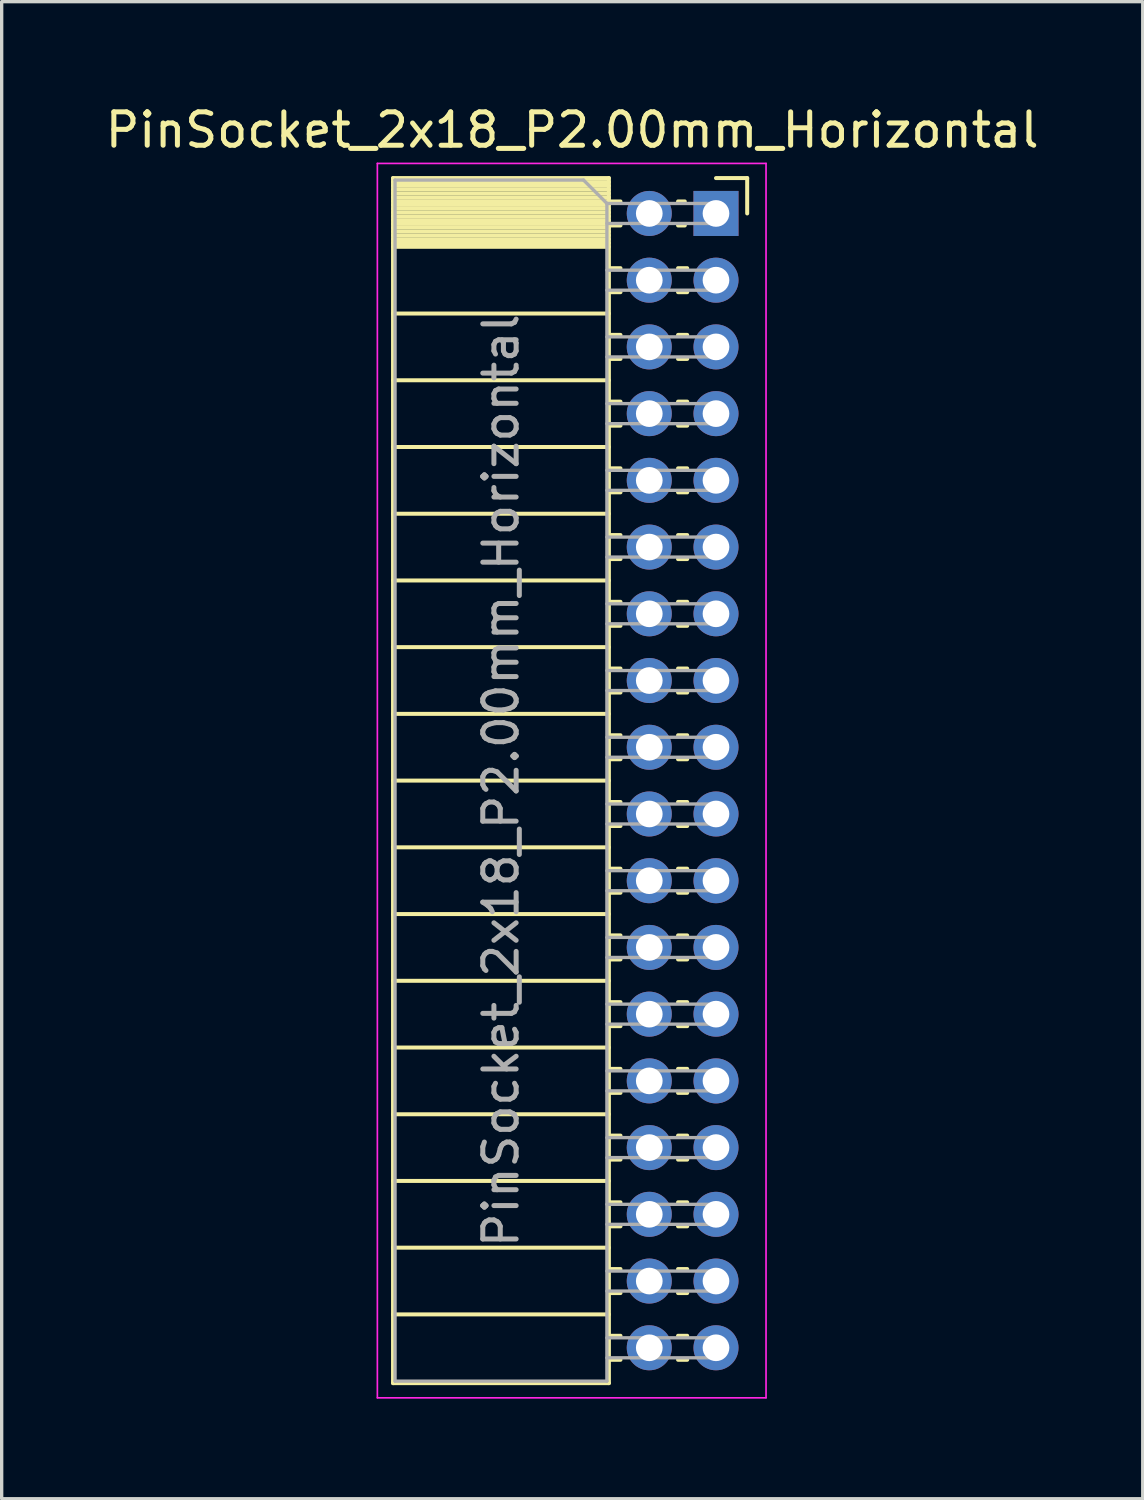
<source format=kicad_pcb>
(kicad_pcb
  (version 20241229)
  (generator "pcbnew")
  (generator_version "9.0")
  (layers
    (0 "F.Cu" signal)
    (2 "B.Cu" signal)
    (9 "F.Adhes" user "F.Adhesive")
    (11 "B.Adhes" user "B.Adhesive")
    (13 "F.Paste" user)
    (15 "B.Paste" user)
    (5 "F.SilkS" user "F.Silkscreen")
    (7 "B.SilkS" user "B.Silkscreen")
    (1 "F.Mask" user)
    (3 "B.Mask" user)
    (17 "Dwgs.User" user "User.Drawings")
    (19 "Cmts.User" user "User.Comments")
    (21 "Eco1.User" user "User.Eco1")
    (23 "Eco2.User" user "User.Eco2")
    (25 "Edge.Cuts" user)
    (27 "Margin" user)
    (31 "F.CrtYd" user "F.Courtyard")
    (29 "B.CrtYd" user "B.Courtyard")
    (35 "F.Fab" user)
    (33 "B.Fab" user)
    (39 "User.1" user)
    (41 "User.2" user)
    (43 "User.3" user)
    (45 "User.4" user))
  (footprint "PinSocket_2x18_P2.00mm_Horizontal"
    (layer "F.Cu")
    (at 18.411 3.348)
    (property "Reference" "PinSocket_2x18_P2.00mm_Horizontal" (at -4.31 -2.5 0) (layer "F.SilkS") (effects (font (size 1 1) (thickness 0.15))))
    (attr through_hole)
    (fp_line (start -9.68 -1.06) (end -9.68 35.06) (stroke (width 0.12) (type solid)) (layer "F.SilkS"))
    (fp_line (start -9.68 -1.06) (end -3.21 -1.06) (stroke (width 0.12) (type solid)) (layer "F.SilkS"))
    (fp_line (start -9.68 -0.94) (end -3.21 -0.94) (stroke (width 0.12) (type solid)) (layer "F.SilkS"))
    (fp_line (start -9.68 -0.826) (end -3.21 -0.826) (stroke (width 0.12) (type solid)) (layer "F.SilkS"))
    (fp_line (start -9.68 -0.712) (end -3.21 -0.712) (stroke (width 0.12) (type solid)) (layer "F.SilkS"))
    (fp_line (start -9.68 -0.598) (end -3.21 -0.598) (stroke (width 0.12) (type solid)) (layer "F.SilkS"))
    (fp_line (start -9.68 -0.484) (end -3.21 -0.484) (stroke (width 0.12) (type solid)) (layer "F.SilkS"))
    (fp_line (start -9.68 -0.369) (end -3.21 -0.369) (stroke (width 0.12) (type solid)) (layer "F.SilkS"))
    (fp_line (start -9.68 -0.255) (end -3.21 -0.255) (stroke (width 0.12) (type solid)) (layer "F.SilkS"))
    (fp_line (start -9.68 -0.141) (end -3.21 -0.141) (stroke (width 0.12) (type solid)) (layer "F.SilkS"))
    (fp_line (start -9.68 -0.027) (end -3.21 -0.027) (stroke (width 0.12) (type solid)) (layer "F.SilkS"))
    (fp_line (start -9.68 0.087) (end -3.21 0.087) (stroke (width 0.12) (type solid)) (layer "F.SilkS"))
    (fp_line (start -9.68 0.201) (end -3.21 0.201) (stroke (width 0.12) (type solid)) (layer "F.SilkS"))
    (fp_line (start -9.68 0.315) (end -3.21 0.315) (stroke (width 0.12) (type solid)) (layer "F.SilkS"))
    (fp_line (start -9.68 0.429) (end -3.21 0.429) (stroke (width 0.12) (type solid)) (layer "F.SilkS"))
    (fp_line (start -9.68 0.544) (end -3.21 0.544) (stroke (width 0.12) (type solid)) (layer "F.SilkS"))
    (fp_line (start -9.68 0.658) (end -3.21 0.658) (stroke (width 0.12) (type solid)) (layer "F.SilkS"))
    (fp_line (start -9.68 0.772) (end -3.21 0.772) (stroke (width 0.12) (type solid)) (layer "F.SilkS"))
    (fp_line (start -9.68 0.886) (end -3.21 0.886) (stroke (width 0.12) (type solid)) (layer "F.SilkS"))
    (fp_line (start -9.68 1) (end -3.21 1) (stroke (width 0.12) (type solid)) (layer "F.SilkS"))
    (fp_line (start -9.68 3) (end -3.21 3) (stroke (width 0.12) (type solid)) (layer "F.SilkS"))
    (fp_line (start -9.68 5) (end -3.21 5) (stroke (width 0.12) (type solid)) (layer "F.SilkS"))
    (fp_line (start -9.68 7) (end -3.21 7) (stroke (width 0.12) (type solid)) (layer "F.SilkS"))
    (fp_line (start -9.68 9) (end -3.21 9) (stroke (width 0.12) (type solid)) (layer "F.SilkS"))
    (fp_line (start -9.68 11) (end -3.21 11) (stroke (width 0.12) (type solid)) (layer "F.SilkS"))
    (fp_line (start -9.68 13) (end -3.21 13) (stroke (width 0.12) (type solid)) (layer "F.SilkS"))
    (fp_line (start -9.68 15) (end -3.21 15) (stroke (width 0.12) (type solid)) (layer "F.SilkS"))
    (fp_line (start -9.68 17) (end -3.21 17) (stroke (width 0.12) (type solid)) (layer "F.SilkS"))
    (fp_line (start -9.68 19) (end -3.21 19) (stroke (width 0.12) (type solid)) (layer "F.SilkS"))
    (fp_line (start -9.68 21) (end -3.21 21) (stroke (width 0.12) (type solid)) (layer "F.SilkS"))
    (fp_line (start -9.68 23) (end -3.21 23) (stroke (width 0.12) (type solid)) (layer "F.SilkS"))
    (fp_line (start -9.68 25) (end -3.21 25) (stroke (width 0.12) (type solid)) (layer "F.SilkS"))
    (fp_line (start -9.68 27) (end -3.21 27) (stroke (width 0.12) (type solid)) (layer "F.SilkS"))
    (fp_line (start -9.68 29) (end -3.21 29) (stroke (width 0.12) (type solid)) (layer "F.SilkS"))
    (fp_line (start -9.68 31) (end -3.21 31) (stroke (width 0.12) (type solid)) (layer "F.SilkS"))
    (fp_line (start -9.68 33) (end -3.21 33) (stroke (width 0.12) (type solid)) (layer "F.SilkS"))
    (fp_line (start -9.68 35.06) (end -3.21 35.06) (stroke (width 0.12) (type solid)) (layer "F.SilkS"))
    (fp_line (start -3.21 -1.06) (end -3.21 35.06) (stroke (width 0.12) (type solid)) (layer "F.SilkS"))
    (fp_line (start -3.21 -0.36) (end -2.863 -0.36) (stroke (width 0.12) (type solid)) (layer "F.SilkS"))
    (fp_line (start -3.21 0.36) (end -2.863 0.36) (stroke (width 0.12) (type solid)) (layer "F.SilkS"))
    (fp_line (start -3.21 1.64) (end -2.863 1.64) (stroke (width 0.12) (type solid)) (layer "F.SilkS"))
    (fp_line (start -3.21 2.36) (end -2.863 2.36) (stroke (width 0.12) (type solid)) (layer "F.SilkS"))
    (fp_line (start -3.21 3.64) (end -2.863 3.64) (stroke (width 0.12) (type solid)) (layer "F.SilkS"))
    (fp_line (start -3.21 4.36) (end -2.863 4.36) (stroke (width 0.12) (type solid)) (layer "F.SilkS"))
    (fp_line (start -3.21 5.64) (end -2.863 5.64) (stroke (width 0.12) (type solid)) (layer "F.SilkS"))
    (fp_line (start -3.21 6.36) (end -2.863 6.36) (stroke (width 0.12) (type solid)) (layer "F.SilkS"))
    (fp_line (start -3.21 7.64) (end -2.863 7.64) (stroke (width 0.12) (type solid)) (layer "F.SilkS"))
    (fp_line (start -3.21 8.36) (end -2.863 8.36) (stroke (width 0.12) (type solid)) (layer "F.SilkS"))
    (fp_line (start -3.21 9.64) (end -2.863 9.64) (stroke (width 0.12) (type solid)) (layer "F.SilkS"))
    (fp_line (start -3.21 10.36) (end -2.863 10.36) (stroke (width 0.12) (type solid)) (layer "F.SilkS"))
    (fp_line (start -3.21 11.64) (end -2.863 11.64) (stroke (width 0.12) (type solid)) (layer "F.SilkS"))
    (fp_line (start -3.21 12.36) (end -2.863 12.36) (stroke (width 0.12) (type solid)) (layer "F.SilkS"))
    (fp_line (start -3.21 13.64) (end -2.863 13.64) (stroke (width 0.12) (type solid)) (layer "F.SilkS"))
    (fp_line (start -3.21 14.36) (end -2.863 14.36) (stroke (width 0.12) (type solid)) (layer "F.SilkS"))
    (fp_line (start -3.21 15.64) (end -2.863 15.64) (stroke (width 0.12) (type solid)) (layer "F.SilkS"))
    (fp_line (start -3.21 16.36) (end -2.863 16.36) (stroke (width 0.12) (type solid)) (layer "F.SilkS"))
    (fp_line (start -3.21 17.64) (end -2.863 17.64) (stroke (width 0.12) (type solid)) (layer "F.SilkS"))
    (fp_line (start -3.21 18.36) (end -2.863 18.36) (stroke (width 0.12) (type solid)) (layer "F.SilkS"))
    (fp_line (start -3.21 19.64) (end -2.863 19.64) (stroke (width 0.12) (type solid)) (layer "F.SilkS"))
    (fp_line (start -3.21 20.36) (end -2.863 20.36) (stroke (width 0.12) (type solid)) (layer "F.SilkS"))
    (fp_line (start -3.21 21.64) (end -2.863 21.64) (stroke (width 0.12) (type solid)) (layer "F.SilkS"))
    (fp_line (start -3.21 22.36) (end -2.863 22.36) (stroke (width 0.12) (type solid)) (layer "F.SilkS"))
    (fp_line (start -3.21 23.64) (end -2.863 23.64) (stroke (width 0.12) (type solid)) (layer "F.SilkS"))
    (fp_line (start -3.21 24.36) (end -2.863 24.36) (stroke (width 0.12) (type solid)) (layer "F.SilkS"))
    (fp_line (start -3.21 25.64) (end -2.863 25.64) (stroke (width 0.12) (type solid)) (layer "F.SilkS"))
    (fp_line (start -3.21 26.36) (end -2.863 26.36) (stroke (width 0.12) (type solid)) (layer "F.SilkS"))
    (fp_line (start -3.21 27.64) (end -2.863 27.64) (stroke (width 0.12) (type solid)) (layer "F.SilkS"))
    (fp_line (start -3.21 28.36) (end -2.863 28.36) (stroke (width 0.12) (type solid)) (layer "F.SilkS"))
    (fp_line (start -3.21 29.64) (end -2.863 29.64) (stroke (width 0.12) (type solid)) (layer "F.SilkS"))
    (fp_line (start -3.21 30.36) (end -2.863 30.36) (stroke (width 0.12) (type solid)) (layer "F.SilkS"))
    (fp_line (start -3.21 31.64) (end -2.863 31.64) (stroke (width 0.12) (type solid)) (layer "F.SilkS"))
    (fp_line (start -3.21 32.36) (end -2.863 32.36) (stroke (width 0.12) (type solid)) (layer "F.SilkS"))
    (fp_line (start -3.21 33.64) (end -2.863 33.64) (stroke (width 0.12) (type solid)) (layer "F.SilkS"))
    (fp_line (start -3.21 34.36) (end -2.863 34.36) (stroke (width 0.12) (type solid)) (layer "F.SilkS"))
    (fp_line (start -1.137 -0.36) (end -0.935 -0.36) (stroke (width 0.12) (type solid)) (layer "F.SilkS"))
    (fp_line (start -1.137 0.36) (end -0.935 0.36) (stroke (width 0.12) (type solid)) (layer "F.SilkS"))
    (fp_line (start -1.137 1.64) (end -0.863 1.64) (stroke (width 0.12) (type solid)) (layer "F.SilkS"))
    (fp_line (start -1.137 2.36) (end -0.863 2.36) (stroke (width 0.12) (type solid)) (layer "F.SilkS"))
    (fp_line (start -1.137 3.64) (end -0.863 3.64) (stroke (width 0.12) (type solid)) (layer "F.SilkS"))
    (fp_line (start -1.137 4.36) (end -0.863 4.36) (stroke (width 0.12) (type solid)) (layer "F.SilkS"))
    (fp_line (start -1.137 5.64) (end -0.863 5.64) (stroke (width 0.12) (type solid)) (layer "F.SilkS"))
    (fp_line (start -1.137 6.36) (end -0.863 6.36) (stroke (width 0.12) (type solid)) (layer "F.SilkS"))
    (fp_line (start -1.137 7.64) (end -0.863 7.64) (stroke (width 0.12) (type solid)) (layer "F.SilkS"))
    (fp_line (start -1.137 8.36) (end -0.863 8.36) (stroke (width 0.12) (type solid)) (layer "F.SilkS"))
    (fp_line (start -1.137 9.64) (end -0.863 9.64) (stroke (width 0.12) (type solid)) (layer "F.SilkS"))
    (fp_line (start -1.137 10.36) (end -0.863 10.36) (stroke (width 0.12) (type solid)) (layer "F.SilkS"))
    (fp_line (start -1.137 11.64) (end -0.863 11.64) (stroke (width 0.12) (type solid)) (layer "F.SilkS"))
    (fp_line (start -1.137 12.36) (end -0.863 12.36) (stroke (width 0.12) (type solid)) (layer "F.SilkS"))
    (fp_line (start -1.137 13.64) (end -0.863 13.64) (stroke (width 0.12) (type solid)) (layer "F.SilkS"))
    (fp_line (start -1.137 14.36) (end -0.863 14.36) (stroke (width 0.12) (type solid)) (layer "F.SilkS"))
    (fp_line (start -1.137 15.64) (end -0.863 15.64) (stroke (width 0.12) (type solid)) (layer "F.SilkS"))
    (fp_line (start -1.137 16.36) (end -0.863 16.36) (stroke (width 0.12) (type solid)) (layer "F.SilkS"))
    (fp_line (start -1.137 17.64) (end -0.863 17.64) (stroke (width 0.12) (type solid)) (layer "F.SilkS"))
    (fp_line (start -1.137 18.36) (end -0.863 18.36) (stroke (width 0.12) (type solid)) (layer "F.SilkS"))
    (fp_line (start -1.137 19.64) (end -0.863 19.64) (stroke (width 0.12) (type solid)) (layer "F.SilkS"))
    (fp_line (start -1.137 20.36) (end -0.863 20.36) (stroke (width 0.12) (type solid)) (layer "F.SilkS"))
    (fp_line (start -1.137 21.64) (end -0.863 21.64) (stroke (width 0.12) (type solid)) (layer "F.SilkS"))
    (fp_line (start -1.137 22.36) (end -0.863 22.36) (stroke (width 0.12) (type solid)) (layer "F.SilkS"))
    (fp_line (start -1.137 23.64) (end -0.863 23.64) (stroke (width 0.12) (type solid)) (layer "F.SilkS"))
    (fp_line (start -1.137 24.36) (end -0.863 24.36) (stroke (width 0.12) (type solid)) (layer "F.SilkS"))
    (fp_line (start -1.137 25.64) (end -0.863 25.64) (stroke (width 0.12) (type solid)) (layer "F.SilkS"))
    (fp_line (start -1.137 26.36) (end -0.863 26.36) (stroke (width 0.12) (type solid)) (layer "F.SilkS"))
    (fp_line (start -1.137 27.64) (end -0.863 27.64) (stroke (width 0.12) (type solid)) (layer "F.SilkS"))
    (fp_line (start -1.137 28.36) (end -0.863 28.36) (stroke (width 0.12) (type solid)) (layer "F.SilkS"))
    (fp_line (start -1.137 29.64) (end -0.863 29.64) (stroke (width 0.12) (type solid)) (layer "F.SilkS"))
    (fp_line (start -1.137 30.36) (end -0.863 30.36) (stroke (width 0.12) (type solid)) (layer "F.SilkS"))
    (fp_line (start -1.137 31.64) (end -0.863 31.64) (stroke (width 0.12) (type solid)) (layer "F.SilkS"))
    (fp_line (start -1.137 32.36) (end -0.863 32.36) (stroke (width 0.12) (type solid)) (layer "F.SilkS"))
    (fp_line (start -1.137 33.64) (end -0.863 33.64) (stroke (width 0.12) (type solid)) (layer "F.SilkS"))
    (fp_line (start -1.137 34.36) (end -0.863 34.36) (stroke (width 0.12) (type solid)) (layer "F.SilkS"))
    (fp_line (start 0 -1.06) (end 0.935 -1.06) (stroke (width 0.12) (type solid)) (layer "F.SilkS"))
    (fp_line (start 0.935 -1.06) (end 0.935 0) (stroke (width 0.12) (type solid)) (layer "F.SilkS"))
    (fp_line (start -10.15 -1.5) (end -10.15 35.5) (stroke (width 0.05) (type solid)) (layer "F.CrtYd"))
    (fp_line (start -10.15 35.5) (end 1.5 35.5) (stroke (width 0.05) (type solid)) (layer "F.CrtYd"))
    (fp_line (start 1.5 -1.5) (end -10.15 -1.5) (stroke (width 0.05) (type solid)) (layer "F.CrtYd"))
    (fp_line (start 1.5 35.5) (end 1.5 -1.5) (stroke (width 0.05) (type solid)) (layer "F.CrtYd"))
    (fp_line (start -9.62 -1) (end -3.97 -1) (stroke (width 0.1) (type solid)) (layer "F.Fab"))
    (fp_line (start -9.62 35) (end -9.62 -1) (stroke (width 0.1) (type solid)) (layer "F.Fab"))
    (fp_line (start -3.97 -1) (end -3.27 -0.3) (stroke (width 0.1) (type solid)) (layer "F.Fab"))
    (fp_line (start -3.27 -0.3) (end -3.27 35) (stroke (width 0.1) (type solid)) (layer "F.Fab"))
    (fp_line (start -3.27 0.3) (end 0 0.3) (stroke (width 0.1) (type solid)) (layer "F.Fab"))
    (fp_line (start -3.27 2.3) (end 0 2.3) (stroke (width 0.1) (type solid)) (layer "F.Fab"))
    (fp_line (start -3.27 4.3) (end 0 4.3) (stroke (width 0.1) (type solid)) (layer "F.Fab"))
    (fp_line (start -3.27 6.3) (end 0 6.3) (stroke (width 0.1) (type solid)) (layer "F.Fab"))
    (fp_line (start -3.27 8.3) (end 0 8.3) (stroke (width 0.1) (type solid)) (layer "F.Fab"))
    (fp_line (start -3.27 10.3) (end 0 10.3) (stroke (width 0.1) (type solid)) (layer "F.Fab"))
    (fp_line (start -3.27 12.3) (end 0 12.3) (stroke (width 0.1) (type solid)) (layer "F.Fab"))
    (fp_line (start -3.27 14.3) (end 0 14.3) (stroke (width 0.1) (type solid)) (layer "F.Fab"))
    (fp_line (start -3.27 16.3) (end 0 16.3) (stroke (width 0.1) (type solid)) (layer "F.Fab"))
    (fp_line (start -3.27 18.3) (end 0 18.3) (stroke (width 0.1) (type solid)) (layer "F.Fab"))
    (fp_line (start -3.27 20.3) (end 0 20.3) (stroke (width 0.1) (type solid)) (layer "F.Fab"))
    (fp_line (start -3.27 22.3) (end 0 22.3) (stroke (width 0.1) (type solid)) (layer "F.Fab"))
    (fp_line (start -3.27 24.3) (end 0 24.3) (stroke (width 0.1) (type solid)) (layer "F.Fab"))
    (fp_line (start -3.27 26.3) (end 0 26.3) (stroke (width 0.1) (type solid)) (layer "F.Fab"))
    (fp_line (start -3.27 28.3) (end 0 28.3) (stroke (width 0.1) (type solid)) (layer "F.Fab"))
    (fp_line (start -3.27 30.3) (end 0 30.3) (stroke (width 0.1) (type solid)) (layer "F.Fab"))
    (fp_line (start -3.27 32.3) (end 0 32.3) (stroke (width 0.1) (type solid)) (layer "F.Fab"))
    (fp_line (start -3.27 34.3) (end 0 34.3) (stroke (width 0.1) (type solid)) (layer "F.Fab"))
    (fp_line (start -3.27 35) (end -9.62 35) (stroke (width 0.1) (type solid)) (layer "F.Fab"))
    (fp_line (start 0 -0.3) (end -3.27 -0.3) (stroke (width 0.1) (type solid)) (layer "F.Fab"))
    (fp_line (start 0 0.3) (end 0 -0.3) (stroke (width 0.1) (type solid)) (layer "F.Fab"))
    (fp_line (start 0 1.7) (end -3.27 1.7) (stroke (width 0.1) (type solid)) (layer "F.Fab"))
    (fp_line (start 0 2.3) (end 0 1.7) (stroke (width 0.1) (type solid)) (layer "F.Fab"))
    (fp_line (start 0 3.7) (end -3.27 3.7) (stroke (width 0.1) (type solid)) (layer "F.Fab"))
    (fp_line (start 0 4.3) (end 0 3.7) (stroke (width 0.1) (type solid)) (layer "F.Fab"))
    (fp_line (start 0 5.7) (end -3.27 5.7) (stroke (width 0.1) (type solid)) (layer "F.Fab"))
    (fp_line (start 0 6.3) (end 0 5.7) (stroke (width 0.1) (type solid)) (layer "F.Fab"))
    (fp_line (start 0 7.7) (end -3.27 7.7) (stroke (width 0.1) (type solid)) (layer "F.Fab"))
    (fp_line (start 0 8.3) (end 0 7.7) (stroke (width 0.1) (type solid)) (layer "F.Fab"))
    (fp_line (start 0 9.7) (end -3.27 9.7) (stroke (width 0.1) (type solid)) (layer "F.Fab"))
    (fp_line (start 0 10.3) (end 0 9.7) (stroke (width 0.1) (type solid)) (layer "F.Fab"))
    (fp_line (start 0 11.7) (end -3.27 11.7) (stroke (width 0.1) (type solid)) (layer "F.Fab"))
    (fp_line (start 0 12.3) (end 0 11.7) (stroke (width 0.1) (type solid)) (layer "F.Fab"))
    (fp_line (start 0 13.7) (end -3.27 13.7) (stroke (width 0.1) (type solid)) (layer "F.Fab"))
    (fp_line (start 0 14.3) (end 0 13.7) (stroke (width 0.1) (type solid)) (layer "F.Fab"))
    (fp_line (start 0 15.7) (end -3.27 15.7) (stroke (width 0.1) (type solid)) (layer "F.Fab"))
    (fp_line (start 0 16.3) (end 0 15.7) (stroke (width 0.1) (type solid)) (layer "F.Fab"))
    (fp_line (start 0 17.7) (end -3.27 17.7) (stroke (width 0.1) (type solid)) (layer "F.Fab"))
    (fp_line (start 0 18.3) (end 0 17.7) (stroke (width 0.1) (type solid)) (layer "F.Fab"))
    (fp_line (start 0 19.7) (end -3.27 19.7) (stroke (width 0.1) (type solid)) (layer "F.Fab"))
    (fp_line (start 0 20.3) (end 0 19.7) (stroke (width 0.1) (type solid)) (layer "F.Fab"))
    (fp_line (start 0 21.7) (end -3.27 21.7) (stroke (width 0.1) (type solid)) (layer "F.Fab"))
    (fp_line (start 0 22.3) (end 0 21.7) (stroke (width 0.1) (type solid)) (layer "F.Fab"))
    (fp_line (start 0 23.7) (end -3.27 23.7) (stroke (width 0.1) (type solid)) (layer "F.Fab"))
    (fp_line (start 0 24.3) (end 0 23.7) (stroke (width 0.1) (type solid)) (layer "F.Fab"))
    (fp_line (start 0 25.7) (end -3.27 25.7) (stroke (width 0.1) (type solid)) (layer "F.Fab"))
    (fp_line (start 0 26.3) (end 0 25.7) (stroke (width 0.1) (type solid)) (layer "F.Fab"))
    (fp_line (start 0 27.7) (end -3.27 27.7) (stroke (width 0.1) (type solid)) (layer "F.Fab"))
    (fp_line (start 0 28.3) (end 0 27.7) (stroke (width 0.1) (type solid)) (layer "F.Fab"))
    (fp_line (start 0 29.7) (end -3.27 29.7) (stroke (width 0.1) (type solid)) (layer "F.Fab"))
    (fp_line (start 0 30.3) (end 0 29.7) (stroke (width 0.1) (type solid)) (layer "F.Fab"))
    (fp_line (start 0 31.7) (end -3.27 31.7) (stroke (width 0.1) (type solid)) (layer "F.Fab"))
    (fp_line (start 0 32.3) (end 0 31.7) (stroke (width 0.1) (type solid)) (layer "F.Fab"))
    (fp_line (start 0 33.7) (end -3.27 33.7) (stroke (width 0.1) (type solid)) (layer "F.Fab"))
    (fp_line (start 0 34.3) (end 0 33.7) (stroke (width 0.1) (type solid)) (layer "F.Fab"))
    (fp_text user "${REFERENCE}" (at -6.445 17 90) (layer "F.Fab") (effects (font (size 1 1) (thickness 0.15))))
    (pad "1" thru_hole rect (at 0 0) (size 1.35 1.35) (drill 0.8) (layers "*.Cu" "*.Mask"))
    (pad "2" thru_hole oval (at -2 0) (size 1.35 1.35) (drill 0.8) (layers "*.Cu" "*.Mask"))
    (pad "3" thru_hole oval (at 0 2) (size 1.35 1.35) (drill 0.8) (layers "*.Cu" "*.Mask"))
    (pad "4" thru_hole oval (at -2 2) (size 1.35 1.35) (drill 0.8) (layers "*.Cu" "*.Mask"))
    (pad "5" thru_hole oval (at 0 4) (size 1.35 1.35) (drill 0.8) (layers "*.Cu" "*.Mask"))
    (pad "6" thru_hole oval (at -2 4) (size 1.35 1.35) (drill 0.8) (layers "*.Cu" "*.Mask"))
    (pad "7" thru_hole oval (at 0 6) (size 1.35 1.35) (drill 0.8) (layers "*.Cu" "*.Mask"))
    (pad "8" thru_hole oval (at -2 6) (size 1.35 1.35) (drill 0.8) (layers "*.Cu" "*.Mask"))
    (pad "9" thru_hole oval (at 0 8) (size 1.35 1.35) (drill 0.8) (layers "*.Cu" "*.Mask"))
    (pad "10" thru_hole oval (at -2 8) (size 1.35 1.35) (drill 0.8) (layers "*.Cu" "*.Mask"))
    (pad "11" thru_hole oval (at 0 10) (size 1.35 1.35) (drill 0.8) (layers "*.Cu" "*.Mask"))
    (pad "12" thru_hole oval (at -2 10) (size 1.35 1.35) (drill 0.8) (layers "*.Cu" "*.Mask"))
    (pad "13" thru_hole oval (at 0 12) (size 1.35 1.35) (drill 0.8) (layers "*.Cu" "*.Mask"))
    (pad "14" thru_hole oval (at -2 12) (size 1.35 1.35) (drill 0.8) (layers "*.Cu" "*.Mask"))
    (pad "15" thru_hole oval (at 0 14) (size 1.35 1.35) (drill 0.8) (layers "*.Cu" "*.Mask"))
    (pad "16" thru_hole oval (at -2 14) (size 1.35 1.35) (drill 0.8) (layers "*.Cu" "*.Mask"))
    (pad "17" thru_hole oval (at 0 16) (size 1.35 1.35) (drill 0.8) (layers "*.Cu" "*.Mask"))
    (pad "18" thru_hole oval (at -2 16) (size 1.35 1.35) (drill 0.8) (layers "*.Cu" "*.Mask"))
    (pad "19" thru_hole oval (at 0 18) (size 1.35 1.35) (drill 0.8) (layers "*.Cu" "*.Mask"))
    (pad "20" thru_hole oval (at -2 18) (size 1.35 1.35) (drill 0.8) (layers "*.Cu" "*.Mask"))
    (pad "21" thru_hole oval (at 0 20) (size 1.35 1.35) (drill 0.8) (layers "*.Cu" "*.Mask"))
    (pad "22" thru_hole oval (at -2 20) (size 1.35 1.35) (drill 0.8) (layers "*.Cu" "*.Mask"))
    (pad "23" thru_hole oval (at 0 22) (size 1.35 1.35) (drill 0.8) (layers "*.Cu" "*.Mask"))
    (pad "24" thru_hole oval (at -2 22) (size 1.35 1.35) (drill 0.8) (layers "*.Cu" "*.Mask"))
    (pad "25" thru_hole oval (at 0 24) (size 1.35 1.35) (drill 0.8) (layers "*.Cu" "*.Mask"))
    (pad "26" thru_hole oval (at -2 24) (size 1.35 1.35) (drill 0.8) (layers "*.Cu" "*.Mask"))
    (pad "27" thru_hole oval (at 0 26) (size 1.35 1.35) (drill 0.8) (layers "*.Cu" "*.Mask"))
    (pad "28" thru_hole oval (at -2 26) (size 1.35 1.35) (drill 0.8) (layers "*.Cu" "*.Mask"))
    (pad "29" thru_hole oval (at 0 28) (size 1.35 1.35) (drill 0.8) (layers "*.Cu" "*.Mask"))
    (pad "30" thru_hole oval (at -2 28) (size 1.35 1.35) (drill 0.8) (layers "*.Cu" "*.Mask"))
    (pad "31" thru_hole oval (at 0 30) (size 1.35 1.35) (drill 0.8) (layers "*.Cu" "*.Mask"))
    (pad "32" thru_hole oval (at -2 30) (size 1.35 1.35) (drill 0.8) (layers "*.Cu" "*.Mask"))
    (pad "33" thru_hole oval (at 0 32) (size 1.35 1.35) (drill 0.8) (layers "*.Cu" "*.Mask"))
    (pad "34" thru_hole oval (at -2 32) (size 1.35 1.35) (drill 0.8) (layers "*.Cu" "*.Mask"))
    (pad "35" thru_hole oval (at 0 34) (size 1.35 1.35) (drill 0.8) (layers "*.Cu" "*.Mask"))
    (pad "36" thru_hole oval (at -2 34) (size 1.35 1.35) (drill 0.8) (layers "*.Cu" "*.Mask")))
  (gr_rect
    (start -3 -3)
    (end 31.202 41.873)
    (stroke (width 0.1) (type default))
    (fill no)
    (layer "Edge.Cuts")))
</source>
